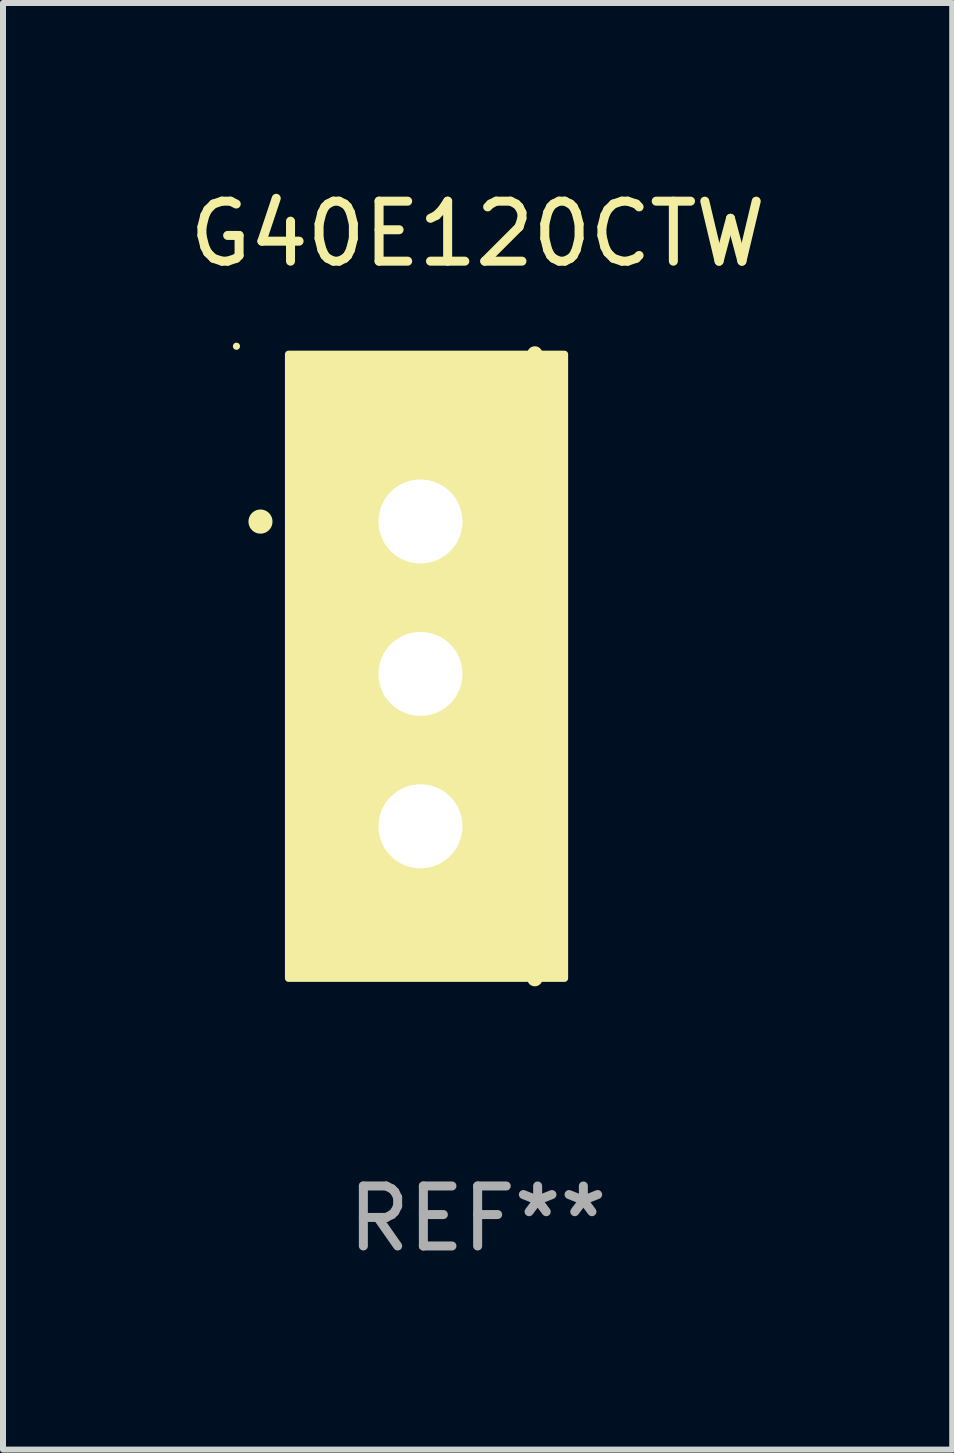
<source format=kicad_pcb>
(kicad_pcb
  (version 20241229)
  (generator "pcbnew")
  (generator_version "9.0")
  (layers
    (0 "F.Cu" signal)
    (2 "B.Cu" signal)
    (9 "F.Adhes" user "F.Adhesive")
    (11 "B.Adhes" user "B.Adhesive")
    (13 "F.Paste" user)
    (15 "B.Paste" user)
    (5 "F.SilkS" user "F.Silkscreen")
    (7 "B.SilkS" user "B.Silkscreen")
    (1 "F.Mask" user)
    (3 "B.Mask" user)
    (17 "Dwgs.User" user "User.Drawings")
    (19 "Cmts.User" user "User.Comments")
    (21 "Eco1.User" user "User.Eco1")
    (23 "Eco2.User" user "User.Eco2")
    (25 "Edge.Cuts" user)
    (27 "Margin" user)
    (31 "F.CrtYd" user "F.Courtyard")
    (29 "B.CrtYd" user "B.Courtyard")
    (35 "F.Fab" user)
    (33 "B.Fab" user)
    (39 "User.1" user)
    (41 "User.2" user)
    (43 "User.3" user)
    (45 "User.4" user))
  (footprint "G40E120CTW"
    (layer "F.Cu")
    (at 4.911 8.055)
    (property "Reference" "G40E120CTW" (at 0 -7.207 0) (layer "F.SilkS") (effects (font (size 1 1) (thickness 0.15))))
    (attr through_hole)
    (fp_line (start 0.953 5.207) (end 0.953 -5.207) (stroke (width 0.254) (type solid)) (layer "F.SilkS"))
    (fp_arc (start -3.619507 -2.410465) (mid -3.619511 -2.411735) (end -3.619507 -2.413005) (stroke (width 0.4) (type solid)) (layer "F.SilkS"))
    (fp_circle (center -4.02 -5.334) (end -3.99 -5.334) (stroke (width 0.06) (type solid)) (fill no) (layer "F.SilkS"))
    (fp_poly (pts (xy -3.152 -5.2) (xy 1.448 -5.2) (xy 1.448 5.2) (xy -3.152 5.2)) (stroke (width 0.12) (type solid)) (fill yes) (layer "F.SilkS"))
    (fp_text user "REF**" (at 0 9.207 0) (layer "F.Fab") (effects (font (size 1 1) (thickness 0.15))))
    (pad "1" thru_hole rect (at -0.953 -2.413 270) (size 2 2.5) (drill 1.4) (layers "*.Cu" "*.Mask"))
    (pad "2" thru_hole oval (at -0.953 0.127 270) (size 2 2.5) (drill 1.4) (layers "*.Cu" "*.Mask"))
    (pad "3" thru_hole oval (at -0.953 2.667 270) (size 2 2.5) (drill 1.4) (layers "*.Cu" "*.Mask")))
  (gr_rect
    (start -3 -3)
    (end 12.821 21.111)
    (stroke (width 0.1) (type default))
    (fill no)
    (layer "Edge.Cuts")))
</source>
